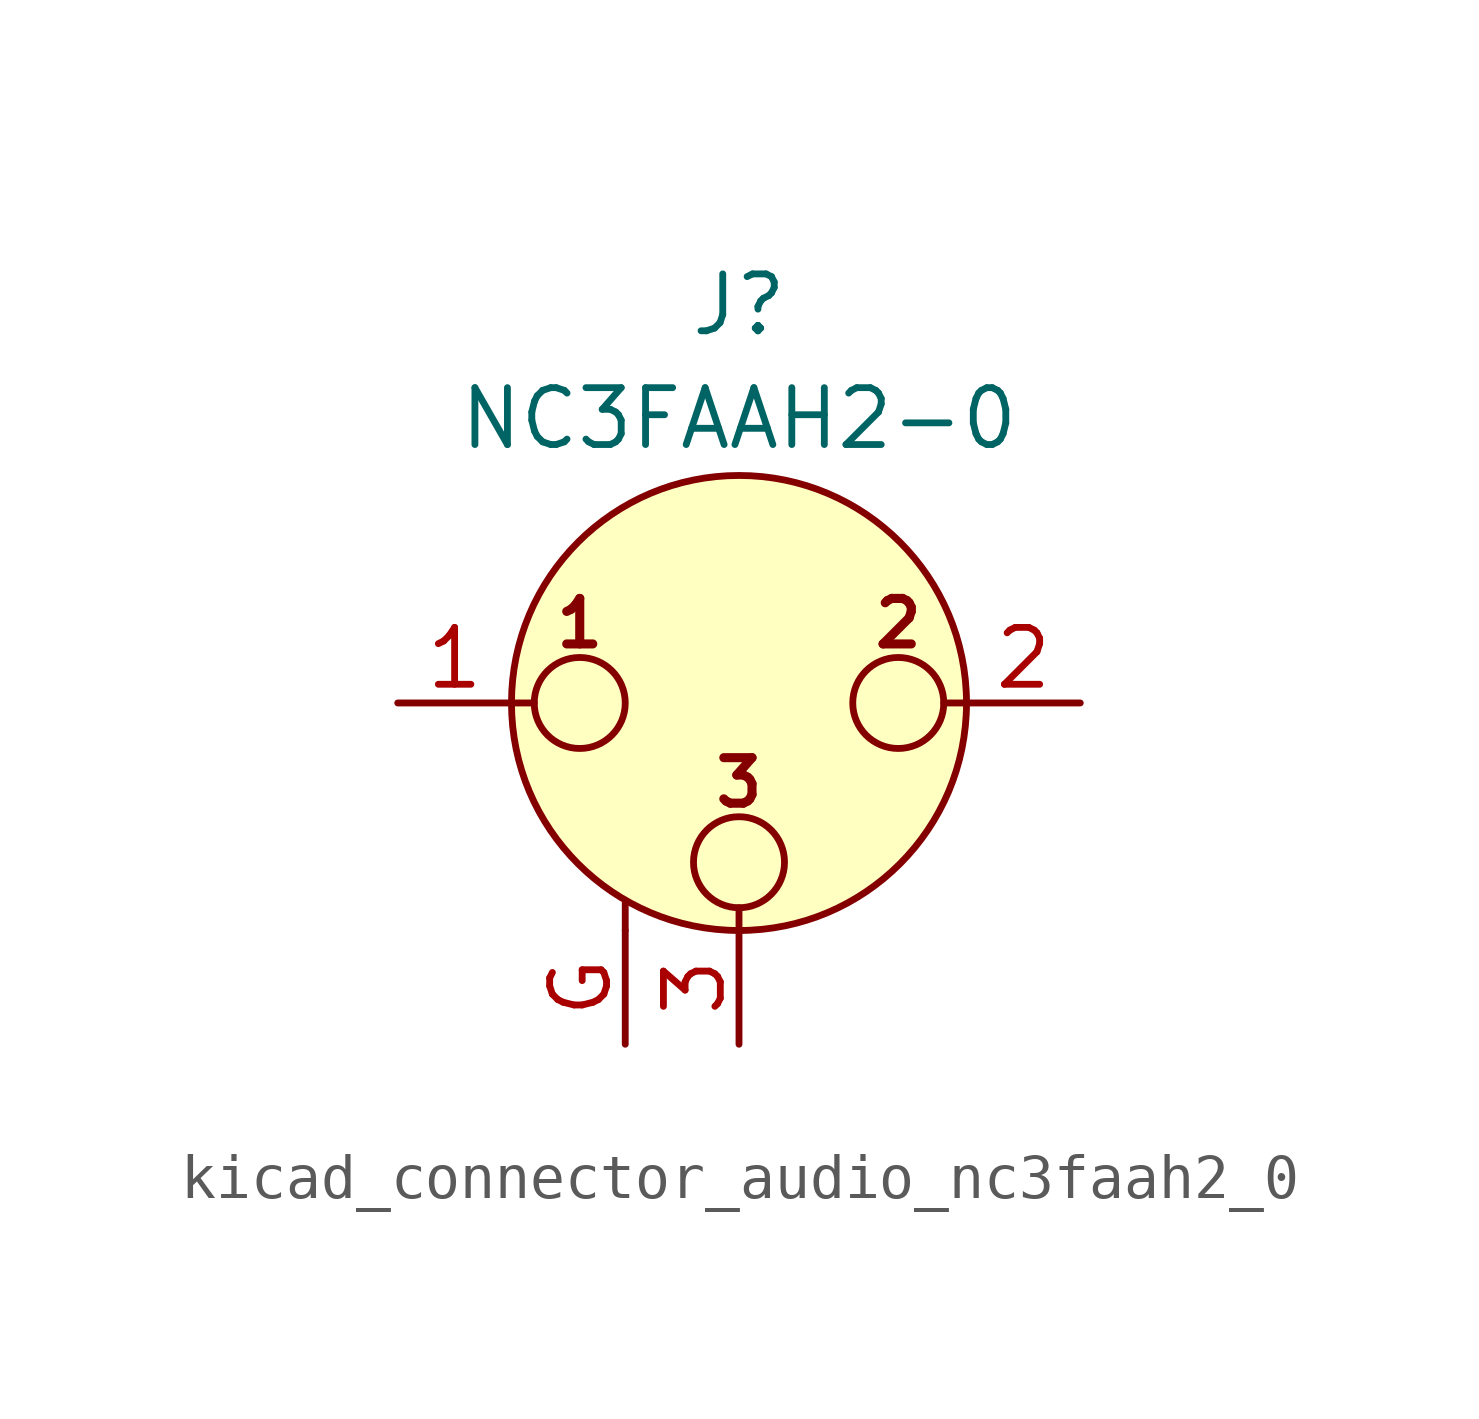
<source format=kicad_sym>
(kicad_symbol_lib
  (version 20220914)
  (generator kicad_symbol_editor)
  (symbol "kicad_connector_audio_nc3faah2_0"
    (pin_names hide)
    (property "Reference" "J"
      (at 0 8.89 0)
      (effects (font (size 1.27 1.27))))
    (property "Value" "NC3FAAH2-0"
      (at 0 6.35 0)
      (effects (font (size 1.27 1.27))))
    (symbol "kicad_connector_audio_nc3faah2_0_0_1"
      (circle (center -3.556 0) (radius 1.016) (stroke (width 0) (type default)) (fill (type none)))
      (circle (center 0 -3.556) (radius 1.016) (stroke (width 0) (type default)) (fill (type none)))
      (polyline (pts (xy -5.08 0) (xy -4.572 0)) (stroke (width 0) (type default)) (fill (type none)))
      (polyline (pts (xy -2.54 -5.08) (xy -2.54 -4.445)) (stroke (width 0) (type default)) (fill (type none)))
      (polyline (pts (xy 0 -5.08) (xy 0 -4.572)) (stroke (width 0) (type default)) (fill (type none)))
      (polyline (pts (xy 5.08 0) (xy 4.572 0)) (stroke (width 0) (type default)) (fill (type none)))
      (circle (center 0 0) (radius 5.08) (stroke (width 0) (type default)) (fill (type background)))
      (circle (center 3.556 0) (radius 1.016) (stroke (width 0) (type default)) (fill (type none)))
      (text "1" (at -3.556 1.778 0) (effects (font (size 1.016 1.016) bold)))
      (text "2" (at 3.556 1.778 0) (effects (font (size 1.016 1.016) bold)))
      (text "3" (at 0 -1.778 0) (effects (font (size 1.016 1.016) bold)))
      (pin passive line (at -7.62 0 0) (length 2.54) (name "~" (effects (font (size 1.27 1.27)))) (number "1" (effects (font (size 1.27 1.27)))))
      (pin passive line (at 7.62 0 180) (length 2.54) (name "~" (effects (font (size 1.27 1.27)))) (number "2" (effects (font (size 1.27 1.27)))))
      (pin passive line (at 0 -7.62 90) (length 2.54) (name "~" (effects (font (size 1.27 1.27)))) (number "3" (effects (font (size 1.27 1.27))))))
    (symbol "kicad_connector_audio_nc3faah2_0_1_1"
      (pin passive line (at -2.54 -7.62 90) (length 2.54) (name "~" (effects (font (size 1.27 1.27)))) (number "G" (effects (font (size 1.27 1.27))))))))
</source>
